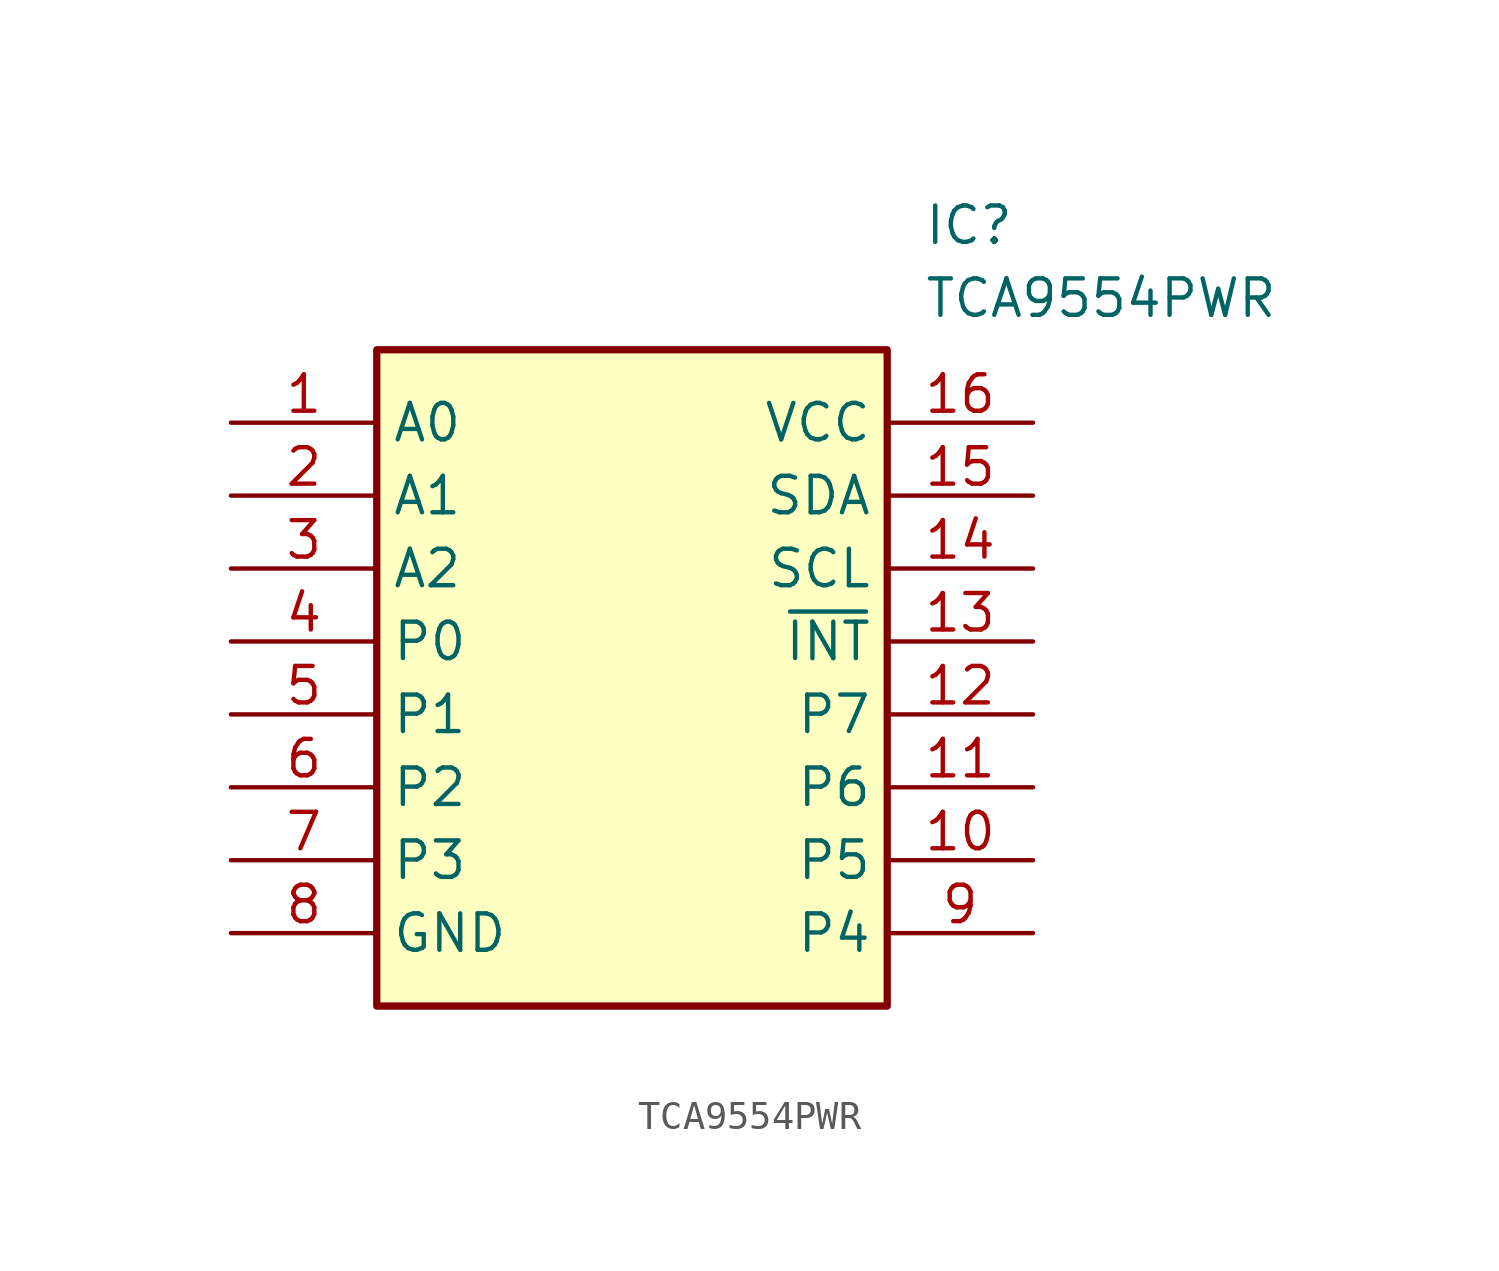
<source format=kicad_sym>
(kicad_symbol_lib
  (version 20211014)
  (generator SamacSys_ECAD_Model)
  (symbol "TCA9554PWR"
    (property "Reference" "IC"
      (at 24.13 7.62 0)
      (effects (font (size 1.27 1.27)) (justify left top)))
    (property "Value" "TCA9554PWR"
      (at 24.13 5.08 0)
      (effects (font (size 1.27 1.27)) (justify left top)))
    (rectangle
      (start 5.08 2.54)
      (end 22.86 -20.32)
      (stroke (width 0.254) (type default))
      (fill (type background)))
    (pin passive line
      (at 0 0 0)
      (length 5.08)
      (name "A0" (effects (font (size 1.27 1.27))))
      (number "1" (effects (font (size 1.27 1.27)))))
    (pin passive line
      (at 0 -2.54 0)
      (length 5.08)
      (name "A1" (effects (font (size 1.27 1.27))))
      (number "2" (effects (font (size 1.27 1.27)))))
    (pin passive line
      (at 0 -5.08 0)
      (length 5.08)
      (name "A2" (effects (font (size 1.27 1.27))))
      (number "3" (effects (font (size 1.27 1.27)))))
    (pin passive line
      (at 0 -7.62 0)
      (length 5.08)
      (name "P0" (effects (font (size 1.27 1.27))))
      (number "4" (effects (font (size 1.27 1.27)))))
    (pin passive line
      (at 0 -10.16 0)
      (length 5.08)
      (name "P1" (effects (font (size 1.27 1.27))))
      (number "5" (effects (font (size 1.27 1.27)))))
    (pin passive line
      (at 0 -12.7 0)
      (length 5.08)
      (name "P2" (effects (font (size 1.27 1.27))))
      (number "6" (effects (font (size 1.27 1.27)))))
    (pin passive line
      (at 0 -15.24 0)
      (length 5.08)
      (name "P3" (effects (font (size 1.27 1.27))))
      (number "7" (effects (font (size 1.27 1.27)))))
    (pin passive line
      (at 0 -17.78 0)
      (length 5.08)
      (name "GND" (effects (font (size 1.27 1.27))))
      (number "8" (effects (font (size 1.27 1.27)))))
    (pin passive line
      (at 27.94 0 180)
      (length 5.08)
      (name "VCC" (effects (font (size 1.27 1.27))))
      (number "16" (effects (font (size 1.27 1.27)))))
    (pin passive line
      (at 27.94 -2.54 180)
      (length 5.08)
      (name "SDA" (effects (font (size 1.27 1.27))))
      (number "15" (effects (font (size 1.27 1.27)))))
    (pin passive line
      (at 27.94 -5.08 180)
      (length 5.08)
      (name "SCL" (effects (font (size 1.27 1.27))))
      (number "14" (effects (font (size 1.27 1.27)))))
    (pin passive line
      (at 27.94 -7.62 180)
      (length 5.08)
      (name "~{INT}" (effects (font (size 1.27 1.27))))
      (number "13" (effects (font (size 1.27 1.27)))))
    (pin passive line
      (at 27.94 -10.16 180)
      (length 5.08)
      (name "P7" (effects (font (size 1.27 1.27))))
      (number "12" (effects (font (size 1.27 1.27)))))
    (pin passive line
      (at 27.94 -12.7 180)
      (length 5.08)
      (name "P6" (effects (font (size 1.27 1.27))))
      (number "11" (effects (font (size 1.27 1.27)))))
    (pin passive line
      (at 27.94 -15.24 180)
      (length 5.08)
      (name "P5" (effects (font (size 1.27 1.27))))
      (number "10" (effects (font (size 1.27 1.27)))))
    (pin passive line
      (at 27.94 -17.78 180)
      (length 5.08)
      (name "P4" (effects (font (size 1.27 1.27))))
      (number "9" (effects (font (size 1.27 1.27)))))))
</source>
